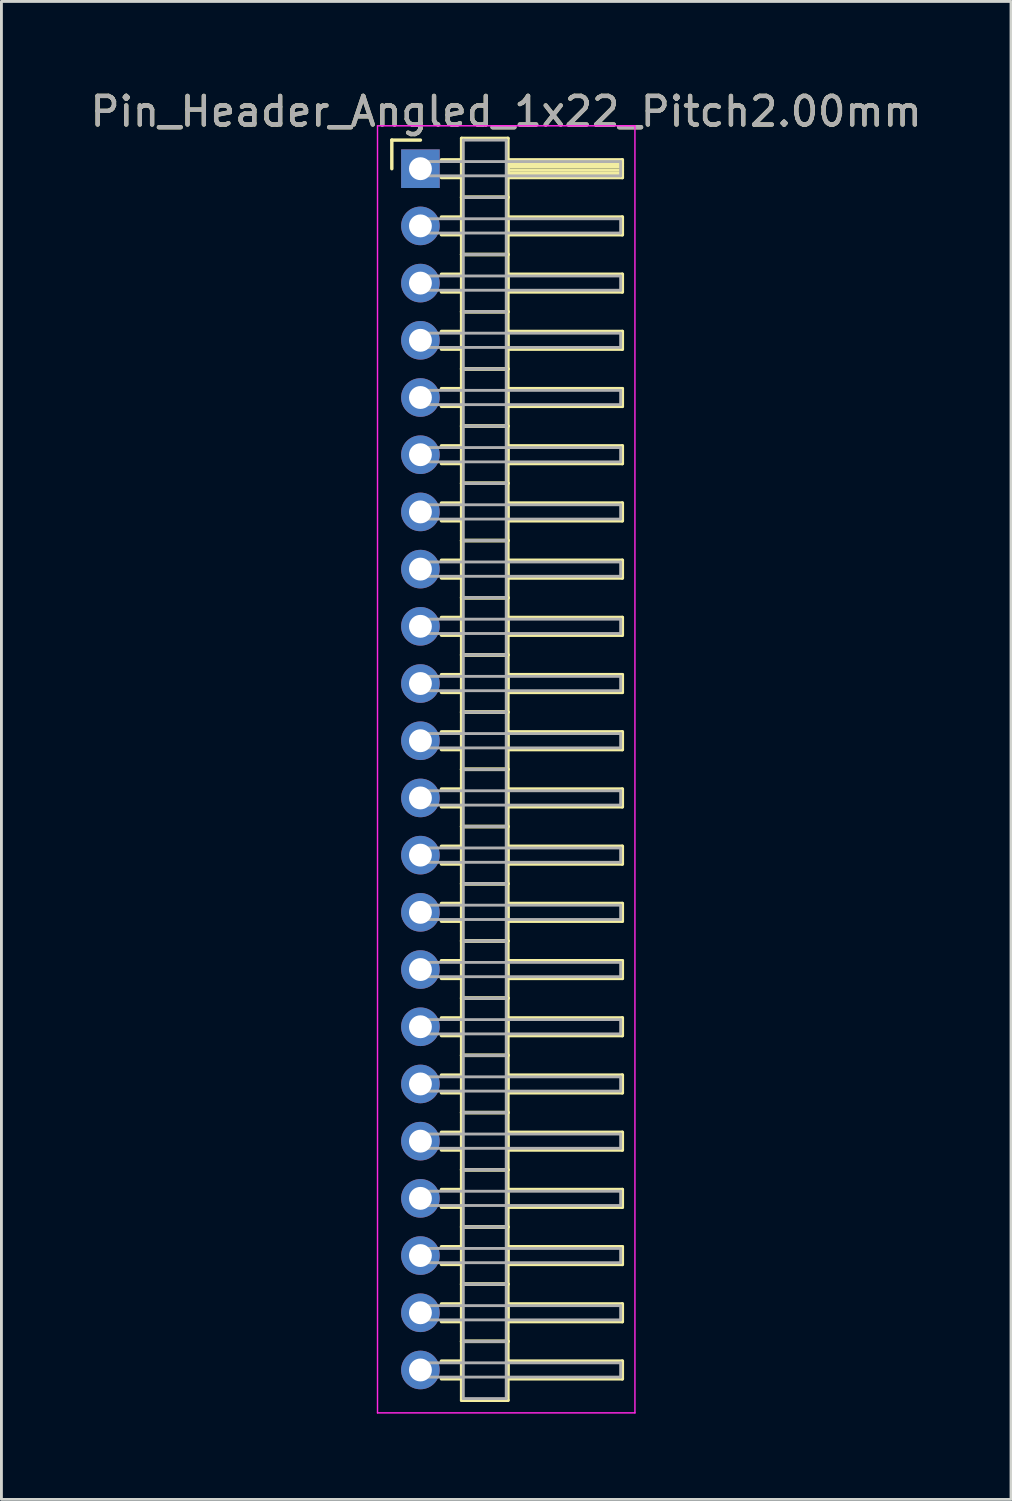
<source format=kicad_pcb>
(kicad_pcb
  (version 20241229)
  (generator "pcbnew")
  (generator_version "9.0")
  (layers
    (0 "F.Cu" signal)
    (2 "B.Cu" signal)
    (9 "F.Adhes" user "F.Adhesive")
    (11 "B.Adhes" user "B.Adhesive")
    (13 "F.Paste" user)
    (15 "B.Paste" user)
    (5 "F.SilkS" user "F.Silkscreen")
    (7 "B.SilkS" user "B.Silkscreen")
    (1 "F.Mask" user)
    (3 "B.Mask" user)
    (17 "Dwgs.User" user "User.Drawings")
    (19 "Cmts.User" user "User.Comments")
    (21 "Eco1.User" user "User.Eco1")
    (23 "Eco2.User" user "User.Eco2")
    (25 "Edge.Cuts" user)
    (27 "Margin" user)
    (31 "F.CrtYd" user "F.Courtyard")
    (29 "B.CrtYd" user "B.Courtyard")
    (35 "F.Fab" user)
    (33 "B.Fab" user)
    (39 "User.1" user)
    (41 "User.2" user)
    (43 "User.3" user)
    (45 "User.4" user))
  (footprint "Pin_Header_Angled_1x22_Pitch2.00mm"
    (layer "F.Cu")
    (at 11.649 2.848)
    (property "Reference" "Pin_Header_Angled_1x22_Pitch2.00mm" (at 3 -2 0) (layer "F.SilkS") (effects (font (size 1 1) (thickness 0.15))))
    (attr through_hole)
    (fp_line (start -1 -1) (end 0 -1) (stroke (width 0.12) (type solid)) (layer "F.SilkS"))
    (fp_line (start -1 0) (end -1 -1) (stroke (width 0.12) (type solid)) (layer "F.SilkS"))
    (fp_line (start 0.735 -0.31) (end 1.44 -0.31) (stroke (width 0.12) (type solid)) (layer "F.SilkS"))
    (fp_line (start 0.735 0.31) (end 1.44 0.31) (stroke (width 0.12) (type solid)) (layer "F.SilkS"))
    (fp_line (start 0.735 1.69) (end 1.44 1.69) (stroke (width 0.12) (type solid)) (layer "F.SilkS"))
    (fp_line (start 0.735 2.31) (end 1.44 2.31) (stroke (width 0.12) (type solid)) (layer "F.SilkS"))
    (fp_line (start 0.735 3.69) (end 1.44 3.69) (stroke (width 0.12) (type solid)) (layer "F.SilkS"))
    (fp_line (start 0.735 4.31) (end 1.44 4.31) (stroke (width 0.12) (type solid)) (layer "F.SilkS"))
    (fp_line (start 0.735 5.69) (end 1.44 5.69) (stroke (width 0.12) (type solid)) (layer "F.SilkS"))
    (fp_line (start 0.735 6.31) (end 1.44 6.31) (stroke (width 0.12) (type solid)) (layer "F.SilkS"))
    (fp_line (start 0.735 7.69) (end 1.44 7.69) (stroke (width 0.12) (type solid)) (layer "F.SilkS"))
    (fp_line (start 0.735 8.31) (end 1.44 8.31) (stroke (width 0.12) (type solid)) (layer "F.SilkS"))
    (fp_line (start 0.735 9.69) (end 1.44 9.69) (stroke (width 0.12) (type solid)) (layer "F.SilkS"))
    (fp_line (start 0.735 10.31) (end 1.44 10.31) (stroke (width 0.12) (type solid)) (layer "F.SilkS"))
    (fp_line (start 0.735 11.69) (end 1.44 11.69) (stroke (width 0.12) (type solid)) (layer "F.SilkS"))
    (fp_line (start 0.735 12.31) (end 1.44 12.31) (stroke (width 0.12) (type solid)) (layer "F.SilkS"))
    (fp_line (start 0.735 13.69) (end 1.44 13.69) (stroke (width 0.12) (type solid)) (layer "F.SilkS"))
    (fp_line (start 0.735 14.31) (end 1.44 14.31) (stroke (width 0.12) (type solid)) (layer "F.SilkS"))
    (fp_line (start 0.735 15.69) (end 1.44 15.69) (stroke (width 0.12) (type solid)) (layer "F.SilkS"))
    (fp_line (start 0.735 16.31) (end 1.44 16.31) (stroke (width 0.12) (type solid)) (layer "F.SilkS"))
    (fp_line (start 0.735 17.69) (end 1.44 17.69) (stroke (width 0.12) (type solid)) (layer "F.SilkS"))
    (fp_line (start 0.735 18.31) (end 1.44 18.31) (stroke (width 0.12) (type solid)) (layer "F.SilkS"))
    (fp_line (start 0.735 19.69) (end 1.44 19.69) (stroke (width 0.12) (type solid)) (layer "F.SilkS"))
    (fp_line (start 0.735 20.31) (end 1.44 20.31) (stroke (width 0.12) (type solid)) (layer "F.SilkS"))
    (fp_line (start 0.735 21.69) (end 1.44 21.69) (stroke (width 0.12) (type solid)) (layer "F.SilkS"))
    (fp_line (start 0.735 22.31) (end 1.44 22.31) (stroke (width 0.12) (type solid)) (layer "F.SilkS"))
    (fp_line (start 0.735 23.69) (end 1.44 23.69) (stroke (width 0.12) (type solid)) (layer "F.SilkS"))
    (fp_line (start 0.735 24.31) (end 1.44 24.31) (stroke (width 0.12) (type solid)) (layer "F.SilkS"))
    (fp_line (start 0.735 25.69) (end 1.44 25.69) (stroke (width 0.12) (type solid)) (layer "F.SilkS"))
    (fp_line (start 0.735 26.31) (end 1.44 26.31) (stroke (width 0.12) (type solid)) (layer "F.SilkS"))
    (fp_line (start 0.735 27.69) (end 1.44 27.69) (stroke (width 0.12) (type solid)) (layer "F.SilkS"))
    (fp_line (start 0.735 28.31) (end 1.44 28.31) (stroke (width 0.12) (type solid)) (layer "F.SilkS"))
    (fp_line (start 0.735 29.69) (end 1.44 29.69) (stroke (width 0.12) (type solid)) (layer "F.SilkS"))
    (fp_line (start 0.735 30.31) (end 1.44 30.31) (stroke (width 0.12) (type solid)) (layer "F.SilkS"))
    (fp_line (start 0.735 31.69) (end 1.44 31.69) (stroke (width 0.12) (type solid)) (layer "F.SilkS"))
    (fp_line (start 0.735 32.31) (end 1.44 32.31) (stroke (width 0.12) (type solid)) (layer "F.SilkS"))
    (fp_line (start 0.735 33.69) (end 1.44 33.69) (stroke (width 0.12) (type solid)) (layer "F.SilkS"))
    (fp_line (start 0.735 34.31) (end 1.44 34.31) (stroke (width 0.12) (type solid)) (layer "F.SilkS"))
    (fp_line (start 0.735 35.69) (end 1.44 35.69) (stroke (width 0.12) (type solid)) (layer "F.SilkS"))
    (fp_line (start 0.735 36.31) (end 1.44 36.31) (stroke (width 0.12) (type solid)) (layer "F.SilkS"))
    (fp_line (start 0.735 37.69) (end 1.44 37.69) (stroke (width 0.12) (type solid)) (layer "F.SilkS"))
    (fp_line (start 0.735 38.31) (end 1.44 38.31) (stroke (width 0.12) (type solid)) (layer "F.SilkS"))
    (fp_line (start 0.735 39.69) (end 1.44 39.69) (stroke (width 0.12) (type solid)) (layer "F.SilkS"))
    (fp_line (start 0.735 40.31) (end 1.44 40.31) (stroke (width 0.12) (type solid)) (layer "F.SilkS"))
    (fp_line (start 0.735 41.69) (end 1.44 41.69) (stroke (width 0.12) (type solid)) (layer "F.SilkS"))
    (fp_line (start 0.735 42.31) (end 1.44 42.31) (stroke (width 0.12) (type solid)) (layer "F.SilkS"))
    (fp_line (start 1.44 -1.06) (end 1.44 1) (stroke (width 0.12) (type solid)) (layer "F.SilkS"))
    (fp_line (start 1.44 1) (end 1.44 3) (stroke (width 0.12) (type solid)) (layer "F.SilkS"))
    (fp_line (start 1.44 1) (end 3.06 1) (stroke (width 0.12) (type solid)) (layer "F.SilkS"))
    (fp_line (start 1.44 3) (end 1.44 5) (stroke (width 0.12) (type solid)) (layer "F.SilkS"))
    (fp_line (start 1.44 3) (end 3.06 3) (stroke (width 0.12) (type solid)) (layer "F.SilkS"))
    (fp_line (start 1.44 5) (end 1.44 7) (stroke (width 0.12) (type solid)) (layer "F.SilkS"))
    (fp_line (start 1.44 5) (end 3.06 5) (stroke (width 0.12) (type solid)) (layer "F.SilkS"))
    (fp_line (start 1.44 7) (end 1.44 9) (stroke (width 0.12) (type solid)) (layer "F.SilkS"))
    (fp_line (start 1.44 7) (end 3.06 7) (stroke (width 0.12) (type solid)) (layer "F.SilkS"))
    (fp_line (start 1.44 9) (end 1.44 11) (stroke (width 0.12) (type solid)) (layer "F.SilkS"))
    (fp_line (start 1.44 9) (end 3.06 9) (stroke (width 0.12) (type solid)) (layer "F.SilkS"))
    (fp_line (start 1.44 11) (end 1.44 13) (stroke (width 0.12) (type solid)) (layer "F.SilkS"))
    (fp_line (start 1.44 11) (end 3.06 11) (stroke (width 0.12) (type solid)) (layer "F.SilkS"))
    (fp_line (start 1.44 13) (end 1.44 15) (stroke (width 0.12) (type solid)) (layer "F.SilkS"))
    (fp_line (start 1.44 13) (end 3.06 13) (stroke (width 0.12) (type solid)) (layer "F.SilkS"))
    (fp_line (start 1.44 15) (end 1.44 17) (stroke (width 0.12) (type solid)) (layer "F.SilkS"))
    (fp_line (start 1.44 15) (end 3.06 15) (stroke (width 0.12) (type solid)) (layer "F.SilkS"))
    (fp_line (start 1.44 17) (end 1.44 19) (stroke (width 0.12) (type solid)) (layer "F.SilkS"))
    (fp_line (start 1.44 17) (end 3.06 17) (stroke (width 0.12) (type solid)) (layer "F.SilkS"))
    (fp_line (start 1.44 19) (end 1.44 21) (stroke (width 0.12) (type solid)) (layer "F.SilkS"))
    (fp_line (start 1.44 19) (end 3.06 19) (stroke (width 0.12) (type solid)) (layer "F.SilkS"))
    (fp_line (start 1.44 21) (end 1.44 23) (stroke (width 0.12) (type solid)) (layer "F.SilkS"))
    (fp_line (start 1.44 21) (end 3.06 21) (stroke (width 0.12) (type solid)) (layer "F.SilkS"))
    (fp_line (start 1.44 23) (end 1.44 25) (stroke (width 0.12) (type solid)) (layer "F.SilkS"))
    (fp_line (start 1.44 23) (end 3.06 23) (stroke (width 0.12) (type solid)) (layer "F.SilkS"))
    (fp_line (start 1.44 25) (end 1.44 27) (stroke (width 0.12) (type solid)) (layer "F.SilkS"))
    (fp_line (start 1.44 25) (end 3.06 25) (stroke (width 0.12) (type solid)) (layer "F.SilkS"))
    (fp_line (start 1.44 27) (end 1.44 29) (stroke (width 0.12) (type solid)) (layer "F.SilkS"))
    (fp_line (start 1.44 27) (end 3.06 27) (stroke (width 0.12) (type solid)) (layer "F.SilkS"))
    (fp_line (start 1.44 29) (end 1.44 31) (stroke (width 0.12) (type solid)) (layer "F.SilkS"))
    (fp_line (start 1.44 29) (end 3.06 29) (stroke (width 0.12) (type solid)) (layer "F.SilkS"))
    (fp_line (start 1.44 31) (end 1.44 33) (stroke (width 0.12) (type solid)) (layer "F.SilkS"))
    (fp_line (start 1.44 31) (end 3.06 31) (stroke (width 0.12) (type solid)) (layer "F.SilkS"))
    (fp_line (start 1.44 33) (end 1.44 35) (stroke (width 0.12) (type solid)) (layer "F.SilkS"))
    (fp_line (start 1.44 33) (end 3.06 33) (stroke (width 0.12) (type solid)) (layer "F.SilkS"))
    (fp_line (start 1.44 35) (end 1.44 37) (stroke (width 0.12) (type solid)) (layer "F.SilkS"))
    (fp_line (start 1.44 35) (end 3.06 35) (stroke (width 0.12) (type solid)) (layer "F.SilkS"))
    (fp_line (start 1.44 37) (end 1.44 39) (stroke (width 0.12) (type solid)) (layer "F.SilkS"))
    (fp_line (start 1.44 37) (end 3.06 37) (stroke (width 0.12) (type solid)) (layer "F.SilkS"))
    (fp_line (start 1.44 39) (end 1.44 41) (stroke (width 0.12) (type solid)) (layer "F.SilkS"))
    (fp_line (start 1.44 39) (end 3.06 39) (stroke (width 0.12) (type solid)) (layer "F.SilkS"))
    (fp_line (start 1.44 41) (end 1.44 43.06) (stroke (width 0.12) (type solid)) (layer "F.SilkS"))
    (fp_line (start 1.44 41) (end 3.06 41) (stroke (width 0.12) (type solid)) (layer "F.SilkS"))
    (fp_line (start 1.44 43.06) (end 3.06 43.06) (stroke (width 0.12) (type solid)) (layer "F.SilkS"))
    (fp_line (start 3.06 -1.06) (end 1.44 -1.06) (stroke (width 0.12) (type solid)) (layer "F.SilkS"))
    (fp_line (start 3.06 -0.31) (end 3.06 0.31) (stroke (width 0.12) (type solid)) (layer "F.SilkS"))
    (fp_line (start 3.06 -0.19) (end 7.06 -0.19) (stroke (width 0.12) (type solid)) (layer "F.SilkS"))
    (fp_line (start 3.06 -0.07) (end 7.06 -0.07) (stroke (width 0.12) (type solid)) (layer "F.SilkS"))
    (fp_line (start 3.06 0.05) (end 7.06 0.05) (stroke (width 0.12) (type solid)) (layer "F.SilkS"))
    (fp_line (start 3.06 0.17) (end 7.06 0.17) (stroke (width 0.12) (type solid)) (layer "F.SilkS"))
    (fp_line (start 3.06 0.29) (end 7.06 0.29) (stroke (width 0.12) (type solid)) (layer "F.SilkS"))
    (fp_line (start 3.06 0.31) (end 7.06 0.31) (stroke (width 0.12) (type solid)) (layer "F.SilkS"))
    (fp_line (start 3.06 1) (end 1.44 1) (stroke (width 0.12) (type solid)) (layer "F.SilkS"))
    (fp_line (start 3.06 1) (end 3.06 -1.06) (stroke (width 0.12) (type solid)) (layer "F.SilkS"))
    (fp_line (start 3.06 1.69) (end 3.06 2.31) (stroke (width 0.12) (type solid)) (layer "F.SilkS"))
    (fp_line (start 3.06 2.31) (end 7.06 2.31) (stroke (width 0.12) (type solid)) (layer "F.SilkS"))
    (fp_line (start 3.06 3) (end 1.44 3) (stroke (width 0.12) (type solid)) (layer "F.SilkS"))
    (fp_line (start 3.06 3) (end 3.06 1) (stroke (width 0.12) (type solid)) (layer "F.SilkS"))
    (fp_line (start 3.06 3.69) (end 3.06 4.31) (stroke (width 0.12) (type solid)) (layer "F.SilkS"))
    (fp_line (start 3.06 4.31) (end 7.06 4.31) (stroke (width 0.12) (type solid)) (layer "F.SilkS"))
    (fp_line (start 3.06 5) (end 1.44 5) (stroke (width 0.12) (type solid)) (layer "F.SilkS"))
    (fp_line (start 3.06 5) (end 3.06 3) (stroke (width 0.12) (type solid)) (layer "F.SilkS"))
    (fp_line (start 3.06 5.69) (end 3.06 6.31) (stroke (width 0.12) (type solid)) (layer "F.SilkS"))
    (fp_line (start 3.06 6.31) (end 7.06 6.31) (stroke (width 0.12) (type solid)) (layer "F.SilkS"))
    (fp_line (start 3.06 7) (end 1.44 7) (stroke (width 0.12) (type solid)) (layer "F.SilkS"))
    (fp_line (start 3.06 7) (end 3.06 5) (stroke (width 0.12) (type solid)) (layer "F.SilkS"))
    (fp_line (start 3.06 7.69) (end 3.06 8.31) (stroke (width 0.12) (type solid)) (layer "F.SilkS"))
    (fp_line (start 3.06 8.31) (end 7.06 8.31) (stroke (width 0.12) (type solid)) (layer "F.SilkS"))
    (fp_line (start 3.06 9) (end 1.44 9) (stroke (width 0.12) (type solid)) (layer "F.SilkS"))
    (fp_line (start 3.06 9) (end 3.06 7) (stroke (width 0.12) (type solid)) (layer "F.SilkS"))
    (fp_line (start 3.06 9.69) (end 3.06 10.31) (stroke (width 0.12) (type solid)) (layer "F.SilkS"))
    (fp_line (start 3.06 10.31) (end 7.06 10.31) (stroke (width 0.12) (type solid)) (layer "F.SilkS"))
    (fp_line (start 3.06 11) (end 1.44 11) (stroke (width 0.12) (type solid)) (layer "F.SilkS"))
    (fp_line (start 3.06 11) (end 3.06 9) (stroke (width 0.12) (type solid)) (layer "F.SilkS"))
    (fp_line (start 3.06 11.69) (end 3.06 12.31) (stroke (width 0.12) (type solid)) (layer "F.SilkS"))
    (fp_line (start 3.06 12.31) (end 7.06 12.31) (stroke (width 0.12) (type solid)) (layer "F.SilkS"))
    (fp_line (start 3.06 13) (end 1.44 13) (stroke (width 0.12) (type solid)) (layer "F.SilkS"))
    (fp_line (start 3.06 13) (end 3.06 11) (stroke (width 0.12) (type solid)) (layer "F.SilkS"))
    (fp_line (start 3.06 13.69) (end 3.06 14.31) (stroke (width 0.12) (type solid)) (layer "F.SilkS"))
    (fp_line (start 3.06 14.31) (end 7.06 14.31) (stroke (width 0.12) (type solid)) (layer "F.SilkS"))
    (fp_line (start 3.06 15) (end 1.44 15) (stroke (width 0.12) (type solid)) (layer "F.SilkS"))
    (fp_line (start 3.06 15) (end 3.06 13) (stroke (width 0.12) (type solid)) (layer "F.SilkS"))
    (fp_line (start 3.06 15.69) (end 3.06 16.31) (stroke (width 0.12) (type solid)) (layer "F.SilkS"))
    (fp_line (start 3.06 16.31) (end 7.06 16.31) (stroke (width 0.12) (type solid)) (layer "F.SilkS"))
    (fp_line (start 3.06 17) (end 1.44 17) (stroke (width 0.12) (type solid)) (layer "F.SilkS"))
    (fp_line (start 3.06 17) (end 3.06 15) (stroke (width 0.12) (type solid)) (layer "F.SilkS"))
    (fp_line (start 3.06 17.69) (end 3.06 18.31) (stroke (width 0.12) (type solid)) (layer "F.SilkS"))
    (fp_line (start 3.06 18.31) (end 7.06 18.31) (stroke (width 0.12) (type solid)) (layer "F.SilkS"))
    (fp_line (start 3.06 19) (end 1.44 19) (stroke (width 0.12) (type solid)) (layer "F.SilkS"))
    (fp_line (start 3.06 19) (end 3.06 17) (stroke (width 0.12) (type solid)) (layer "F.SilkS"))
    (fp_line (start 3.06 19.69) (end 3.06 20.31) (stroke (width 0.12) (type solid)) (layer "F.SilkS"))
    (fp_line (start 3.06 20.31) (end 7.06 20.31) (stroke (width 0.12) (type solid)) (layer "F.SilkS"))
    (fp_line (start 3.06 21) (end 1.44 21) (stroke (width 0.12) (type solid)) (layer "F.SilkS"))
    (fp_line (start 3.06 21) (end 3.06 19) (stroke (width 0.12) (type solid)) (layer "F.SilkS"))
    (fp_line (start 3.06 21.69) (end 3.06 22.31) (stroke (width 0.12) (type solid)) (layer "F.SilkS"))
    (fp_line (start 3.06 22.31) (end 7.06 22.31) (stroke (width 0.12) (type solid)) (layer "F.SilkS"))
    (fp_line (start 3.06 23) (end 1.44 23) (stroke (width 0.12) (type solid)) (layer "F.SilkS"))
    (fp_line (start 3.06 23) (end 3.06 21) (stroke (width 0.12) (type solid)) (layer "F.SilkS"))
    (fp_line (start 3.06 23.69) (end 3.06 24.31) (stroke (width 0.12) (type solid)) (layer "F.SilkS"))
    (fp_line (start 3.06 24.31) (end 7.06 24.31) (stroke (width 0.12) (type solid)) (layer "F.SilkS"))
    (fp_line (start 3.06 25) (end 1.44 25) (stroke (width 0.12) (type solid)) (layer "F.SilkS"))
    (fp_line (start 3.06 25) (end 3.06 23) (stroke (width 0.12) (type solid)) (layer "F.SilkS"))
    (fp_line (start 3.06 25.69) (end 3.06 26.31) (stroke (width 0.12) (type solid)) (layer "F.SilkS"))
    (fp_line (start 3.06 26.31) (end 7.06 26.31) (stroke (width 0.12) (type solid)) (layer "F.SilkS"))
    (fp_line (start 3.06 27) (end 1.44 27) (stroke (width 0.12) (type solid)) (layer "F.SilkS"))
    (fp_line (start 3.06 27) (end 3.06 25) (stroke (width 0.12) (type solid)) (layer "F.SilkS"))
    (fp_line (start 3.06 27.69) (end 3.06 28.31) (stroke (width 0.12) (type solid)) (layer "F.SilkS"))
    (fp_line (start 3.06 28.31) (end 7.06 28.31) (stroke (width 0.12) (type solid)) (layer "F.SilkS"))
    (fp_line (start 3.06 29) (end 1.44 29) (stroke (width 0.12) (type solid)) (layer "F.SilkS"))
    (fp_line (start 3.06 29) (end 3.06 27) (stroke (width 0.12) (type solid)) (layer "F.SilkS"))
    (fp_line (start 3.06 29.69) (end 3.06 30.31) (stroke (width 0.12) (type solid)) (layer "F.SilkS"))
    (fp_line (start 3.06 30.31) (end 7.06 30.31) (stroke (width 0.12) (type solid)) (layer "F.SilkS"))
    (fp_line (start 3.06 31) (end 1.44 31) (stroke (width 0.12) (type solid)) (layer "F.SilkS"))
    (fp_line (start 3.06 31) (end 3.06 29) (stroke (width 0.12) (type solid)) (layer "F.SilkS"))
    (fp_line (start 3.06 31.69) (end 3.06 32.31) (stroke (width 0.12) (type solid)) (layer "F.SilkS"))
    (fp_line (start 3.06 32.31) (end 7.06 32.31) (stroke (width 0.12) (type solid)) (layer "F.SilkS"))
    (fp_line (start 3.06 33) (end 1.44 33) (stroke (width 0.12) (type solid)) (layer "F.SilkS"))
    (fp_line (start 3.06 33) (end 3.06 31) (stroke (width 0.12) (type solid)) (layer "F.SilkS"))
    (fp_line (start 3.06 33.69) (end 3.06 34.31) (stroke (width 0.12) (type solid)) (layer "F.SilkS"))
    (fp_line (start 3.06 34.31) (end 7.06 34.31) (stroke (width 0.12) (type solid)) (layer "F.SilkS"))
    (fp_line (start 3.06 35) (end 1.44 35) (stroke (width 0.12) (type solid)) (layer "F.SilkS"))
    (fp_line (start 3.06 35) (end 3.06 33) (stroke (width 0.12) (type solid)) (layer "F.SilkS"))
    (fp_line (start 3.06 35.69) (end 3.06 36.31) (stroke (width 0.12) (type solid)) (layer "F.SilkS"))
    (fp_line (start 3.06 36.31) (end 7.06 36.31) (stroke (width 0.12) (type solid)) (layer "F.SilkS"))
    (fp_line (start 3.06 37) (end 1.44 37) (stroke (width 0.12) (type solid)) (layer "F.SilkS"))
    (fp_line (start 3.06 37) (end 3.06 35) (stroke (width 0.12) (type solid)) (layer "F.SilkS"))
    (fp_line (start 3.06 37.69) (end 3.06 38.31) (stroke (width 0.12) (type solid)) (layer "F.SilkS"))
    (fp_line (start 3.06 38.31) (end 7.06 38.31) (stroke (width 0.12) (type solid)) (layer "F.SilkS"))
    (fp_line (start 3.06 39) (end 1.44 39) (stroke (width 0.12) (type solid)) (layer "F.SilkS"))
    (fp_line (start 3.06 39) (end 3.06 37) (stroke (width 0.12) (type solid)) (layer "F.SilkS"))
    (fp_line (start 3.06 39.69) (end 3.06 40.31) (stroke (width 0.12) (type solid)) (layer "F.SilkS"))
    (fp_line (start 3.06 40.31) (end 7.06 40.31) (stroke (width 0.12) (type solid)) (layer "F.SilkS"))
    (fp_line (start 3.06 41) (end 1.44 41) (stroke (width 0.12) (type solid)) (layer "F.SilkS"))
    (fp_line (start 3.06 41) (end 3.06 39) (stroke (width 0.12) (type solid)) (layer "F.SilkS"))
    (fp_line (start 3.06 41.69) (end 3.06 42.31) (stroke (width 0.12) (type solid)) (layer "F.SilkS"))
    (fp_line (start 3.06 42.31) (end 7.06 42.31) (stroke (width 0.12) (type solid)) (layer "F.SilkS"))
    (fp_line (start 3.06 43.06) (end 3.06 41) (stroke (width 0.12) (type solid)) (layer "F.SilkS"))
    (fp_line (start 7.06 -0.31) (end 3.06 -0.31) (stroke (width 0.12) (type solid)) (layer "F.SilkS"))
    (fp_line (start 7.06 0.31) (end 7.06 -0.31) (stroke (width 0.12) (type solid)) (layer "F.SilkS"))
    (fp_line (start 7.06 1.69) (end 3.06 1.69) (stroke (width 0.12) (type solid)) (layer "F.SilkS"))
    (fp_line (start 7.06 2.31) (end 7.06 1.69) (stroke (width 0.12) (type solid)) (layer "F.SilkS"))
    (fp_line (start 7.06 3.69) (end 3.06 3.69) (stroke (width 0.12) (type solid)) (layer "F.SilkS"))
    (fp_line (start 7.06 4.31) (end 7.06 3.69) (stroke (width 0.12) (type solid)) (layer "F.SilkS"))
    (fp_line (start 7.06 5.69) (end 3.06 5.69) (stroke (width 0.12) (type solid)) (layer "F.SilkS"))
    (fp_line (start 7.06 6.31) (end 7.06 5.69) (stroke (width 0.12) (type solid)) (layer "F.SilkS"))
    (fp_line (start 7.06 7.69) (end 3.06 7.69) (stroke (width 0.12) (type solid)) (layer "F.SilkS"))
    (fp_line (start 7.06 8.31) (end 7.06 7.69) (stroke (width 0.12) (type solid)) (layer "F.SilkS"))
    (fp_line (start 7.06 9.69) (end 3.06 9.69) (stroke (width 0.12) (type solid)) (layer "F.SilkS"))
    (fp_line (start 7.06 10.31) (end 7.06 9.69) (stroke (width 0.12) (type solid)) (layer "F.SilkS"))
    (fp_line (start 7.06 11.69) (end 3.06 11.69) (stroke (width 0.12) (type solid)) (layer "F.SilkS"))
    (fp_line (start 7.06 12.31) (end 7.06 11.69) (stroke (width 0.12) (type solid)) (layer "F.SilkS"))
    (fp_line (start 7.06 13.69) (end 3.06 13.69) (stroke (width 0.12) (type solid)) (layer "F.SilkS"))
    (fp_line (start 7.06 14.31) (end 7.06 13.69) (stroke (width 0.12) (type solid)) (layer "F.SilkS"))
    (fp_line (start 7.06 15.69) (end 3.06 15.69) (stroke (width 0.12) (type solid)) (layer "F.SilkS"))
    (fp_line (start 7.06 16.31) (end 7.06 15.69) (stroke (width 0.12) (type solid)) (layer "F.SilkS"))
    (fp_line (start 7.06 17.69) (end 3.06 17.69) (stroke (width 0.12) (type solid)) (layer "F.SilkS"))
    (fp_line (start 7.06 18.31) (end 7.06 17.69) (stroke (width 0.12) (type solid)) (layer "F.SilkS"))
    (fp_line (start 7.06 19.69) (end 3.06 19.69) (stroke (width 0.12) (type solid)) (layer "F.SilkS"))
    (fp_line (start 7.06 20.31) (end 7.06 19.69) (stroke (width 0.12) (type solid)) (layer "F.SilkS"))
    (fp_line (start 7.06 21.69) (end 3.06 21.69) (stroke (width 0.12) (type solid)) (layer "F.SilkS"))
    (fp_line (start 7.06 22.31) (end 7.06 21.69) (stroke (width 0.12) (type solid)) (layer "F.SilkS"))
    (fp_line (start 7.06 23.69) (end 3.06 23.69) (stroke (width 0.12) (type solid)) (layer "F.SilkS"))
    (fp_line (start 7.06 24.31) (end 7.06 23.69) (stroke (width 0.12) (type solid)) (layer "F.SilkS"))
    (fp_line (start 7.06 25.69) (end 3.06 25.69) (stroke (width 0.12) (type solid)) (layer "F.SilkS"))
    (fp_line (start 7.06 26.31) (end 7.06 25.69) (stroke (width 0.12) (type solid)) (layer "F.SilkS"))
    (fp_line (start 7.06 27.69) (end 3.06 27.69) (stroke (width 0.12) (type solid)) (layer "F.SilkS"))
    (fp_line (start 7.06 28.31) (end 7.06 27.69) (stroke (width 0.12) (type solid)) (layer "F.SilkS"))
    (fp_line (start 7.06 29.69) (end 3.06 29.69) (stroke (width 0.12) (type solid)) (layer "F.SilkS"))
    (fp_line (start 7.06 30.31) (end 7.06 29.69) (stroke (width 0.12) (type solid)) (layer "F.SilkS"))
    (fp_line (start 7.06 31.69) (end 3.06 31.69) (stroke (width 0.12) (type solid)) (layer "F.SilkS"))
    (fp_line (start 7.06 32.31) (end 7.06 31.69) (stroke (width 0.12) (type solid)) (layer "F.SilkS"))
    (fp_line (start 7.06 33.69) (end 3.06 33.69) (stroke (width 0.12) (type solid)) (layer "F.SilkS"))
    (fp_line (start 7.06 34.31) (end 7.06 33.69) (stroke (width 0.12) (type solid)) (layer "F.SilkS"))
    (fp_line (start 7.06 35.69) (end 3.06 35.69) (stroke (width 0.12) (type solid)) (layer "F.SilkS"))
    (fp_line (start 7.06 36.31) (end 7.06 35.69) (stroke (width 0.12) (type solid)) (layer "F.SilkS"))
    (fp_line (start 7.06 37.69) (end 3.06 37.69) (stroke (width 0.12) (type solid)) (layer "F.SilkS"))
    (fp_line (start 7.06 38.31) (end 7.06 37.69) (stroke (width 0.12) (type solid)) (layer "F.SilkS"))
    (fp_line (start 7.06 39.69) (end 3.06 39.69) (stroke (width 0.12) (type solid)) (layer "F.SilkS"))
    (fp_line (start 7.06 40.31) (end 7.06 39.69) (stroke (width 0.12) (type solid)) (layer "F.SilkS"))
    (fp_line (start 7.06 41.69) (end 3.06 41.69) (stroke (width 0.12) (type solid)) (layer "F.SilkS"))
    (fp_line (start 7.06 42.31) (end 7.06 41.69) (stroke (width 0.12) (type solid)) (layer "F.SilkS"))
    (fp_line (start -1.5 -1.5) (end -1.5 43.5) (stroke (width 0.05) (type solid)) (layer "F.CrtYd"))
    (fp_line (start -1.5 43.5) (end 7.5 43.5) (stroke (width 0.05) (type solid)) (layer "F.CrtYd"))
    (fp_line (start 7.5 -1.5) (end -1.5 -1.5) (stroke (width 0.05) (type solid)) (layer "F.CrtYd"))
    (fp_line (start 7.5 43.5) (end 7.5 -1.5) (stroke (width 0.05) (type solid)) (layer "F.CrtYd"))
    (fp_line (start 0 -0.25) (end 0 0.25) (stroke (width 0.1) (type solid)) (layer "F.Fab"))
    (fp_line (start 0 0.25) (end 7 0.25) (stroke (width 0.1) (type solid)) (layer "F.Fab"))
    (fp_line (start 0 1.75) (end 0 2.25) (stroke (width 0.1) (type solid)) (layer "F.Fab"))
    (fp_line (start 0 2.25) (end 7 2.25) (stroke (width 0.1) (type solid)) (layer "F.Fab"))
    (fp_line (start 0 3.75) (end 0 4.25) (stroke (width 0.1) (type solid)) (layer "F.Fab"))
    (fp_line (start 0 4.25) (end 7 4.25) (stroke (width 0.1) (type solid)) (layer "F.Fab"))
    (fp_line (start 0 5.75) (end 0 6.25) (stroke (width 0.1) (type solid)) (layer "F.Fab"))
    (fp_line (start 0 6.25) (end 7 6.25) (stroke (width 0.1) (type solid)) (layer "F.Fab"))
    (fp_line (start 0 7.75) (end 0 8.25) (stroke (width 0.1) (type solid)) (layer "F.Fab"))
    (fp_line (start 0 8.25) (end 7 8.25) (stroke (width 0.1) (type solid)) (layer "F.Fab"))
    (fp_line (start 0 9.75) (end 0 10.25) (stroke (width 0.1) (type solid)) (layer "F.Fab"))
    (fp_line (start 0 10.25) (end 7 10.25) (stroke (width 0.1) (type solid)) (layer "F.Fab"))
    (fp_line (start 0 11.75) (end 0 12.25) (stroke (width 0.1) (type solid)) (layer "F.Fab"))
    (fp_line (start 0 12.25) (end 7 12.25) (stroke (width 0.1) (type solid)) (layer "F.Fab"))
    (fp_line (start 0 13.75) (end 0 14.25) (stroke (width 0.1) (type solid)) (layer "F.Fab"))
    (fp_line (start 0 14.25) (end 7 14.25) (stroke (width 0.1) (type solid)) (layer "F.Fab"))
    (fp_line (start 0 15.75) (end 0 16.25) (stroke (width 0.1) (type solid)) (layer "F.Fab"))
    (fp_line (start 0 16.25) (end 7 16.25) (stroke (width 0.1) (type solid)) (layer "F.Fab"))
    (fp_line (start 0 17.75) (end 0 18.25) (stroke (width 0.1) (type solid)) (layer "F.Fab"))
    (fp_line (start 0 18.25) (end 7 18.25) (stroke (width 0.1) (type solid)) (layer "F.Fab"))
    (fp_line (start 0 19.75) (end 0 20.25) (stroke (width 0.1) (type solid)) (layer "F.Fab"))
    (fp_line (start 0 20.25) (end 7 20.25) (stroke (width 0.1) (type solid)) (layer "F.Fab"))
    (fp_line (start 0 21.75) (end 0 22.25) (stroke (width 0.1) (type solid)) (layer "F.Fab"))
    (fp_line (start 0 22.25) (end 7 22.25) (stroke (width 0.1) (type solid)) (layer "F.Fab"))
    (fp_line (start 0 23.75) (end 0 24.25) (stroke (width 0.1) (type solid)) (layer "F.Fab"))
    (fp_line (start 0 24.25) (end 7 24.25) (stroke (width 0.1) (type solid)) (layer "F.Fab"))
    (fp_line (start 0 25.75) (end 0 26.25) (stroke (width 0.1) (type solid)) (layer "F.Fab"))
    (fp_line (start 0 26.25) (end 7 26.25) (stroke (width 0.1) (type solid)) (layer "F.Fab"))
    (fp_line (start 0 27.75) (end 0 28.25) (stroke (width 0.1) (type solid)) (layer "F.Fab"))
    (fp_line (start 0 28.25) (end 7 28.25) (stroke (width 0.1) (type solid)) (layer "F.Fab"))
    (fp_line (start 0 29.75) (end 0 30.25) (stroke (width 0.1) (type solid)) (layer "F.Fab"))
    (fp_line (start 0 30.25) (end 7 30.25) (stroke (width 0.1) (type solid)) (layer "F.Fab"))
    (fp_line (start 0 31.75) (end 0 32.25) (stroke (width 0.1) (type solid)) (layer "F.Fab"))
    (fp_line (start 0 32.25) (end 7 32.25) (stroke (width 0.1) (type solid)) (layer "F.Fab"))
    (fp_line (start 0 33.75) (end 0 34.25) (stroke (width 0.1) (type solid)) (layer "F.Fab"))
    (fp_line (start 0 34.25) (end 7 34.25) (stroke (width 0.1) (type solid)) (layer "F.Fab"))
    (fp_line (start 0 35.75) (end 0 36.25) (stroke (width 0.1) (type solid)) (layer "F.Fab"))
    (fp_line (start 0 36.25) (end 7 36.25) (stroke (width 0.1) (type solid)) (layer "F.Fab"))
    (fp_line (start 0 37.75) (end 0 38.25) (stroke (width 0.1) (type solid)) (layer "F.Fab"))
    (fp_line (start 0 38.25) (end 7 38.25) (stroke (width 0.1) (type solid)) (layer "F.Fab"))
    (fp_line (start 0 39.75) (end 0 40.25) (stroke (width 0.1) (type solid)) (layer "F.Fab"))
    (fp_line (start 0 40.25) (end 7 40.25) (stroke (width 0.1) (type solid)) (layer "F.Fab"))
    (fp_line (start 0 41.75) (end 0 42.25) (stroke (width 0.1) (type solid)) (layer "F.Fab"))
    (fp_line (start 0 42.25) (end 7 42.25) (stroke (width 0.1) (type solid)) (layer "F.Fab"))
    (fp_line (start 1.5 -1) (end 1.5 1) (stroke (width 0.1) (type solid)) (layer "F.Fab"))
    (fp_line (start 1.5 1) (end 1.5 3) (stroke (width 0.1) (type solid)) (layer "F.Fab"))
    (fp_line (start 1.5 1) (end 3 1) (stroke (width 0.1) (type solid)) (layer "F.Fab"))
    (fp_line (start 1.5 3) (end 1.5 5) (stroke (width 0.1) (type solid)) (layer "F.Fab"))
    (fp_line (start 1.5 3) (end 3 3) (stroke (width 0.1) (type solid)) (layer "F.Fab"))
    (fp_line (start 1.5 5) (end 1.5 7) (stroke (width 0.1) (type solid)) (layer "F.Fab"))
    (fp_line (start 1.5 5) (end 3 5) (stroke (width 0.1) (type solid)) (layer "F.Fab"))
    (fp_line (start 1.5 7) (end 1.5 9) (stroke (width 0.1) (type solid)) (layer "F.Fab"))
    (fp_line (start 1.5 7) (end 3 7) (stroke (width 0.1) (type solid)) (layer "F.Fab"))
    (fp_line (start 1.5 9) (end 1.5 11) (stroke (width 0.1) (type solid)) (layer "F.Fab"))
    (fp_line (start 1.5 9) (end 3 9) (stroke (width 0.1) (type solid)) (layer "F.Fab"))
    (fp_line (start 1.5 11) (end 1.5 13) (stroke (width 0.1) (type solid)) (layer "F.Fab"))
    (fp_line (start 1.5 11) (end 3 11) (stroke (width 0.1) (type solid)) (layer "F.Fab"))
    (fp_line (start 1.5 13) (end 1.5 15) (stroke (width 0.1) (type solid)) (layer "F.Fab"))
    (fp_line (start 1.5 13) (end 3 13) (stroke (width 0.1) (type solid)) (layer "F.Fab"))
    (fp_line (start 1.5 15) (end 1.5 17) (stroke (width 0.1) (type solid)) (layer "F.Fab"))
    (fp_line (start 1.5 15) (end 3 15) (stroke (width 0.1) (type solid)) (layer "F.Fab"))
    (fp_line (start 1.5 17) (end 1.5 19) (stroke (width 0.1) (type solid)) (layer "F.Fab"))
    (fp_line (start 1.5 17) (end 3 17) (stroke (width 0.1) (type solid)) (layer "F.Fab"))
    (fp_line (start 1.5 19) (end 1.5 21) (stroke (width 0.1) (type solid)) (layer "F.Fab"))
    (fp_line (start 1.5 19) (end 3 19) (stroke (width 0.1) (type solid)) (layer "F.Fab"))
    (fp_line (start 1.5 21) (end 1.5 23) (stroke (width 0.1) (type solid)) (layer "F.Fab"))
    (fp_line (start 1.5 21) (end 3 21) (stroke (width 0.1) (type solid)) (layer "F.Fab"))
    (fp_line (start 1.5 23) (end 1.5 25) (stroke (width 0.1) (type solid)) (layer "F.Fab"))
    (fp_line (start 1.5 23) (end 3 23) (stroke (width 0.1) (type solid)) (layer "F.Fab"))
    (fp_line (start 1.5 25) (end 1.5 27) (stroke (width 0.1) (type solid)) (layer "F.Fab"))
    (fp_line (start 1.5 25) (end 3 25) (stroke (width 0.1) (type solid)) (layer "F.Fab"))
    (fp_line (start 1.5 27) (end 1.5 29) (stroke (width 0.1) (type solid)) (layer "F.Fab"))
    (fp_line (start 1.5 27) (end 3 27) (stroke (width 0.1) (type solid)) (layer "F.Fab"))
    (fp_line (start 1.5 29) (end 1.5 31) (stroke (width 0.1) (type solid)) (layer "F.Fab"))
    (fp_line (start 1.5 29) (end 3 29) (stroke (width 0.1) (type solid)) (layer "F.Fab"))
    (fp_line (start 1.5 31) (end 1.5 33) (stroke (width 0.1) (type solid)) (layer "F.Fab"))
    (fp_line (start 1.5 31) (end 3 31) (stroke (width 0.1) (type solid)) (layer "F.Fab"))
    (fp_line (start 1.5 33) (end 1.5 35) (stroke (width 0.1) (type solid)) (layer "F.Fab"))
    (fp_line (start 1.5 33) (end 3 33) (stroke (width 0.1) (type solid)) (layer "F.Fab"))
    (fp_line (start 1.5 35) (end 1.5 37) (stroke (width 0.1) (type solid)) (layer "F.Fab"))
    (fp_line (start 1.5 35) (end 3 35) (stroke (width 0.1) (type solid)) (layer "F.Fab"))
    (fp_line (start 1.5 37) (end 1.5 39) (stroke (width 0.1) (type solid)) (layer "F.Fab"))
    (fp_line (start 1.5 37) (end 3 37) (stroke (width 0.1) (type solid)) (layer "F.Fab"))
    (fp_line (start 1.5 39) (end 1.5 41) (stroke (width 0.1) (type solid)) (layer "F.Fab"))
    (fp_line (start 1.5 39) (end 3 39) (stroke (width 0.1) (type solid)) (layer "F.Fab"))
    (fp_line (start 1.5 41) (end 1.5 43) (stroke (width 0.1) (type solid)) (layer "F.Fab"))
    (fp_line (start 1.5 41) (end 3 41) (stroke (width 0.1) (type solid)) (layer "F.Fab"))
    (fp_line (start 1.5 43) (end 3 43) (stroke (width 0.1) (type solid)) (layer "F.Fab"))
    (fp_line (start 3 -1) (end 1.5 -1) (stroke (width 0.1) (type solid)) (layer "F.Fab"))
    (fp_line (start 3 1) (end 1.5 1) (stroke (width 0.1) (type solid)) (layer "F.Fab"))
    (fp_line (start 3 1) (end 3 -1) (stroke (width 0.1) (type solid)) (layer "F.Fab"))
    (fp_line (start 3 3) (end 1.5 3) (stroke (width 0.1) (type solid)) (layer "F.Fab"))
    (fp_line (start 3 3) (end 3 1) (stroke (width 0.1) (type solid)) (layer "F.Fab"))
    (fp_line (start 3 5) (end 1.5 5) (stroke (width 0.1) (type solid)) (layer "F.Fab"))
    (fp_line (start 3 5) (end 3 3) (stroke (width 0.1) (type solid)) (layer "F.Fab"))
    (fp_line (start 3 7) (end 1.5 7) (stroke (width 0.1) (type solid)) (layer "F.Fab"))
    (fp_line (start 3 7) (end 3 5) (stroke (width 0.1) (type solid)) (layer "F.Fab"))
    (fp_line (start 3 9) (end 1.5 9) (stroke (width 0.1) (type solid)) (layer "F.Fab"))
    (fp_line (start 3 9) (end 3 7) (stroke (width 0.1) (type solid)) (layer "F.Fab"))
    (fp_line (start 3 11) (end 1.5 11) (stroke (width 0.1) (type solid)) (layer "F.Fab"))
    (fp_line (start 3 11) (end 3 9) (stroke (width 0.1) (type solid)) (layer "F.Fab"))
    (fp_line (start 3 13) (end 1.5 13) (stroke (width 0.1) (type solid)) (layer "F.Fab"))
    (fp_line (start 3 13) (end 3 11) (stroke (width 0.1) (type solid)) (layer "F.Fab"))
    (fp_line (start 3 15) (end 1.5 15) (stroke (width 0.1) (type solid)) (layer "F.Fab"))
    (fp_line (start 3 15) (end 3 13) (stroke (width 0.1) (type solid)) (layer "F.Fab"))
    (fp_line (start 3 17) (end 1.5 17) (stroke (width 0.1) (type solid)) (layer "F.Fab"))
    (fp_line (start 3 17) (end 3 15) (stroke (width 0.1) (type solid)) (layer "F.Fab"))
    (fp_line (start 3 19) (end 1.5 19) (stroke (width 0.1) (type solid)) (layer "F.Fab"))
    (fp_line (start 3 19) (end 3 17) (stroke (width 0.1) (type solid)) (layer "F.Fab"))
    (fp_line (start 3 21) (end 1.5 21) (stroke (width 0.1) (type solid)) (layer "F.Fab"))
    (fp_line (start 3 21) (end 3 19) (stroke (width 0.1) (type solid)) (layer "F.Fab"))
    (fp_line (start 3 23) (end 1.5 23) (stroke (width 0.1) (type solid)) (layer "F.Fab"))
    (fp_line (start 3 23) (end 3 21) (stroke (width 0.1) (type solid)) (layer "F.Fab"))
    (fp_line (start 3 25) (end 1.5 25) (stroke (width 0.1) (type solid)) (layer "F.Fab"))
    (fp_line (start 3 25) (end 3 23) (stroke (width 0.1) (type solid)) (layer "F.Fab"))
    (fp_line (start 3 27) (end 1.5 27) (stroke (width 0.1) (type solid)) (layer "F.Fab"))
    (fp_line (start 3 27) (end 3 25) (stroke (width 0.1) (type solid)) (layer "F.Fab"))
    (fp_line (start 3 29) (end 1.5 29) (stroke (width 0.1) (type solid)) (layer "F.Fab"))
    (fp_line (start 3 29) (end 3 27) (stroke (width 0.1) (type solid)) (layer "F.Fab"))
    (fp_line (start 3 31) (end 1.5 31) (stroke (width 0.1) (type solid)) (layer "F.Fab"))
    (fp_line (start 3 31) (end 3 29) (stroke (width 0.1) (type solid)) (layer "F.Fab"))
    (fp_line (start 3 33) (end 1.5 33) (stroke (width 0.1) (type solid)) (layer "F.Fab"))
    (fp_line (start 3 33) (end 3 31) (stroke (width 0.1) (type solid)) (layer "F.Fab"))
    (fp_line (start 3 35) (end 1.5 35) (stroke (width 0.1) (type solid)) (layer "F.Fab"))
    (fp_line (start 3 35) (end 3 33) (stroke (width 0.1) (type solid)) (layer "F.Fab"))
    (fp_line (start 3 37) (end 1.5 37) (stroke (width 0.1) (type solid)) (layer "F.Fab"))
    (fp_line (start 3 37) (end 3 35) (stroke (width 0.1) (type solid)) (layer "F.Fab"))
    (fp_line (start 3 39) (end 1.5 39) (stroke (width 0.1) (type solid)) (layer "F.Fab"))
    (fp_line (start 3 39) (end 3 37) (stroke (width 0.1) (type solid)) (layer "F.Fab"))
    (fp_line (start 3 41) (end 1.5 41) (stroke (width 0.1) (type solid)) (layer "F.Fab"))
    (fp_line (start 3 41) (end 3 39) (stroke (width 0.1) (type solid)) (layer "F.Fab"))
    (fp_line (start 3 43) (end 3 41) (stroke (width 0.1) (type solid)) (layer "F.Fab"))
    (fp_line (start 7 -0.25) (end 0 -0.25) (stroke (width 0.1) (type solid)) (layer "F.Fab"))
    (fp_line (start 7 0.25) (end 7 -0.25) (stroke (width 0.1) (type solid)) (layer "F.Fab"))
    (fp_line (start 7 1.75) (end 0 1.75) (stroke (width 0.1) (type solid)) (layer "F.Fab"))
    (fp_line (start 7 2.25) (end 7 1.75) (stroke (width 0.1) (type solid)) (layer "F.Fab"))
    (fp_line (start 7 3.75) (end 0 3.75) (stroke (width 0.1) (type solid)) (layer "F.Fab"))
    (fp_line (start 7 4.25) (end 7 3.75) (stroke (width 0.1) (type solid)) (layer "F.Fab"))
    (fp_line (start 7 5.75) (end 0 5.75) (stroke (width 0.1) (type solid)) (layer "F.Fab"))
    (fp_line (start 7 6.25) (end 7 5.75) (stroke (width 0.1) (type solid)) (layer "F.Fab"))
    (fp_line (start 7 7.75) (end 0 7.75) (stroke (width 0.1) (type solid)) (layer "F.Fab"))
    (fp_line (start 7 8.25) (end 7 7.75) (stroke (width 0.1) (type solid)) (layer "F.Fab"))
    (fp_line (start 7 9.75) (end 0 9.75) (stroke (width 0.1) (type solid)) (layer "F.Fab"))
    (fp_line (start 7 10.25) (end 7 9.75) (stroke (width 0.1) (type solid)) (layer "F.Fab"))
    (fp_line (start 7 11.75) (end 0 11.75) (stroke (width 0.1) (type solid)) (layer "F.Fab"))
    (fp_line (start 7 12.25) (end 7 11.75) (stroke (width 0.1) (type solid)) (layer "F.Fab"))
    (fp_line (start 7 13.75) (end 0 13.75) (stroke (width 0.1) (type solid)) (layer "F.Fab"))
    (fp_line (start 7 14.25) (end 7 13.75) (stroke (width 0.1) (type solid)) (layer "F.Fab"))
    (fp_line (start 7 15.75) (end 0 15.75) (stroke (width 0.1) (type solid)) (layer "F.Fab"))
    (fp_line (start 7 16.25) (end 7 15.75) (stroke (width 0.1) (type solid)) (layer "F.Fab"))
    (fp_line (start 7 17.75) (end 0 17.75) (stroke (width 0.1) (type solid)) (layer "F.Fab"))
    (fp_line (start 7 18.25) (end 7 17.75) (stroke (width 0.1) (type solid)) (layer "F.Fab"))
    (fp_line (start 7 19.75) (end 0 19.75) (stroke (width 0.1) (type solid)) (layer "F.Fab"))
    (fp_line (start 7 20.25) (end 7 19.75) (stroke (width 0.1) (type solid)) (layer "F.Fab"))
    (fp_line (start 7 21.75) (end 0 21.75) (stroke (width 0.1) (type solid)) (layer "F.Fab"))
    (fp_line (start 7 22.25) (end 7 21.75) (stroke (width 0.1) (type solid)) (layer "F.Fab"))
    (fp_line (start 7 23.75) (end 0 23.75) (stroke (width 0.1) (type solid)) (layer "F.Fab"))
    (fp_line (start 7 24.25) (end 7 23.75) (stroke (width 0.1) (type solid)) (layer "F.Fab"))
    (fp_line (start 7 25.75) (end 0 25.75) (stroke (width 0.1) (type solid)) (layer "F.Fab"))
    (fp_line (start 7 26.25) (end 7 25.75) (stroke (width 0.1) (type solid)) (layer "F.Fab"))
    (fp_line (start 7 27.75) (end 0 27.75) (stroke (width 0.1) (type solid)) (layer "F.Fab"))
    (fp_line (start 7 28.25) (end 7 27.75) (stroke (width 0.1) (type solid)) (layer "F.Fab"))
    (fp_line (start 7 29.75) (end 0 29.75) (stroke (width 0.1) (type solid)) (layer "F.Fab"))
    (fp_line (start 7 30.25) (end 7 29.75) (stroke (width 0.1) (type solid)) (layer "F.Fab"))
    (fp_line (start 7 31.75) (end 0 31.75) (stroke (width 0.1) (type solid)) (layer "F.Fab"))
    (fp_line (start 7 32.25) (end 7 31.75) (stroke (width 0.1) (type solid)) (layer "F.Fab"))
    (fp_line (start 7 33.75) (end 0 33.75) (stroke (width 0.1) (type solid)) (layer "F.Fab"))
    (fp_line (start 7 34.25) (end 7 33.75) (stroke (width 0.1) (type solid)) (layer "F.Fab"))
    (fp_line (start 7 35.75) (end 0 35.75) (stroke (width 0.1) (type solid)) (layer "F.Fab"))
    (fp_line (start 7 36.25) (end 7 35.75) (stroke (width 0.1) (type solid)) (layer "F.Fab"))
    (fp_line (start 7 37.75) (end 0 37.75) (stroke (width 0.1) (type solid)) (layer "F.Fab"))
    (fp_line (start 7 38.25) (end 7 37.75) (stroke (width 0.1) (type solid)) (layer "F.Fab"))
    (fp_line (start 7 39.75) (end 0 39.75) (stroke (width 0.1) (type solid)) (layer "F.Fab"))
    (fp_line (start 7 40.25) (end 7 39.75) (stroke (width 0.1) (type solid)) (layer "F.Fab"))
    (fp_line (start 7 41.75) (end 0 41.75) (stroke (width 0.1) (type solid)) (layer "F.Fab"))
    (fp_line (start 7 42.25) (end 7 41.75) (stroke (width 0.1) (type solid)) (layer "F.Fab"))
    (fp_text user "${REFERENCE}" (at 3 -2 0) (layer "F.Fab") (effects (font (size 1 1) (thickness 0.15))))
    (pad "1" thru_hole rect (at 0 0) (size 1.35 1.35) (drill 0.8) (layers "*.Cu" "*.Mask"))
    (pad "2" thru_hole oval (at 0 2) (size 1.35 1.35) (drill 0.8) (layers "*.Cu" "*.Mask"))
    (pad "3" thru_hole oval (at 0 4) (size 1.35 1.35) (drill 0.8) (layers "*.Cu" "*.Mask"))
    (pad "4" thru_hole oval (at 0 6) (size 1.35 1.35) (drill 0.8) (layers "*.Cu" "*.Mask"))
    (pad "5" thru_hole oval (at 0 8) (size 1.35 1.35) (drill 0.8) (layers "*.Cu" "*.Mask"))
    (pad "6" thru_hole oval (at 0 10) (size 1.35 1.35) (drill 0.8) (layers "*.Cu" "*.Mask"))
    (pad "7" thru_hole oval (at 0 12) (size 1.35 1.35) (drill 0.8) (layers "*.Cu" "*.Mask"))
    (pad "8" thru_hole oval (at 0 14) (size 1.35 1.35) (drill 0.8) (layers "*.Cu" "*.Mask"))
    (pad "9" thru_hole oval (at 0 16) (size 1.35 1.35) (drill 0.8) (layers "*.Cu" "*.Mask"))
    (pad "10" thru_hole oval (at 0 18) (size 1.35 1.35) (drill 0.8) (layers "*.Cu" "*.Mask"))
    (pad "11" thru_hole oval (at 0 20) (size 1.35 1.35) (drill 0.8) (layers "*.Cu" "*.Mask"))
    (pad "12" thru_hole oval (at 0 22) (size 1.35 1.35) (drill 0.8) (layers "*.Cu" "*.Mask"))
    (pad "13" thru_hole oval (at 0 24) (size 1.35 1.35) (drill 0.8) (layers "*.Cu" "*.Mask"))
    (pad "14" thru_hole oval (at 0 26) (size 1.35 1.35) (drill 0.8) (layers "*.Cu" "*.Mask"))
    (pad "15" thru_hole oval (at 0 28) (size 1.35 1.35) (drill 0.8) (layers "*.Cu" "*.Mask"))
    (pad "16" thru_hole oval (at 0 30) (size 1.35 1.35) (drill 0.8) (layers "*.Cu" "*.Mask"))
    (pad "17" thru_hole oval (at 0 32) (size 1.35 1.35) (drill 0.8) (layers "*.Cu" "*.Mask"))
    (pad "18" thru_hole oval (at 0 34) (size 1.35 1.35) (drill 0.8) (layers "*.Cu" "*.Mask"))
    (pad "19" thru_hole oval (at 0 36) (size 1.35 1.35) (drill 0.8) (layers "*.Cu" "*.Mask"))
    (pad "20" thru_hole oval (at 0 38) (size 1.35 1.35) (drill 0.8) (layers "*.Cu" "*.Mask"))
    (pad "21" thru_hole oval (at 0 40) (size 1.35 1.35) (drill 0.8) (layers "*.Cu" "*.Mask"))
    (pad "22" thru_hole oval (at 0 42) (size 1.35 1.35) (drill 0.8) (layers "*.Cu" "*.Mask")))
  (gr_rect
    (start -3 -3)
    (end 32.298 49.373)
    (stroke (width 0.1) (type default))
    (fill no)
    (layer "Edge.Cuts")))
</source>
